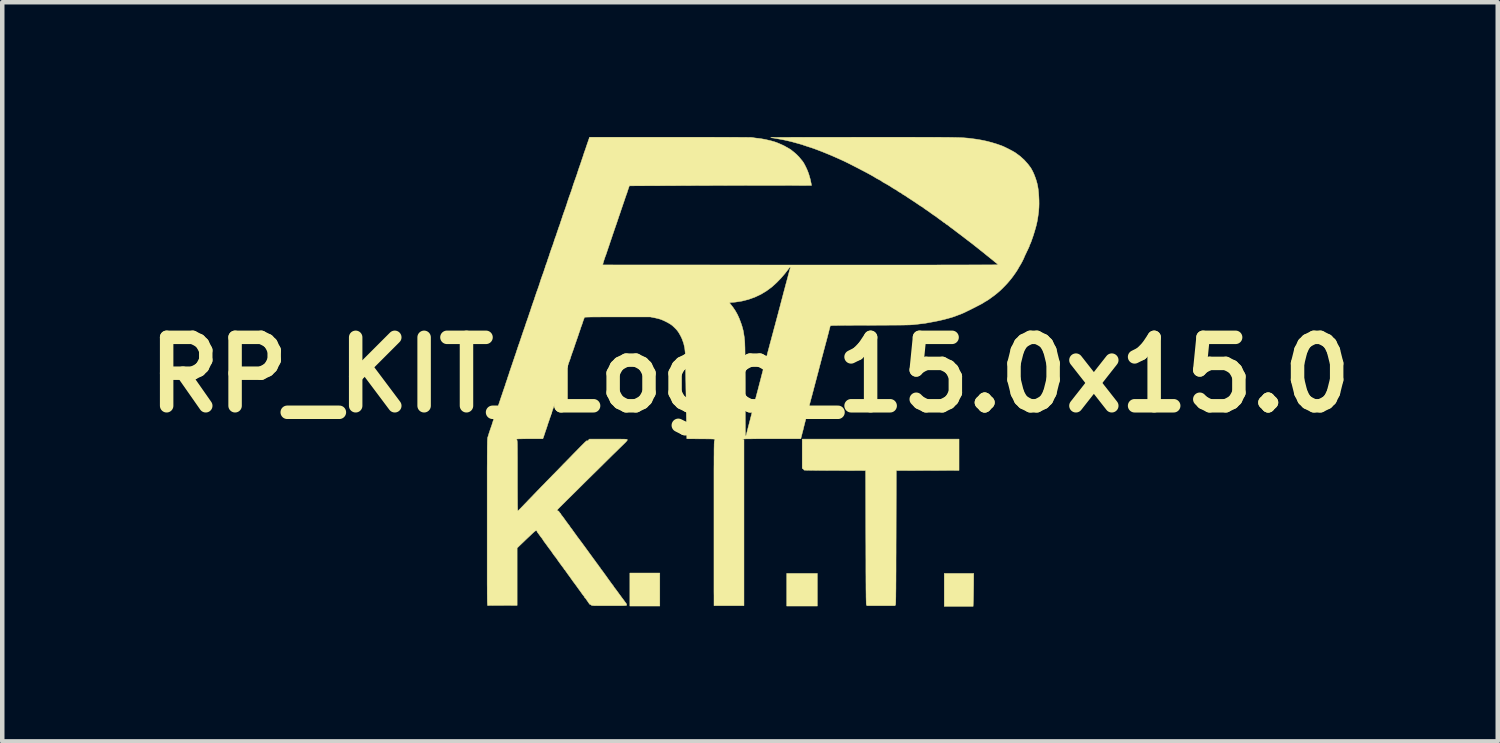
<source format=kicad_pcb>
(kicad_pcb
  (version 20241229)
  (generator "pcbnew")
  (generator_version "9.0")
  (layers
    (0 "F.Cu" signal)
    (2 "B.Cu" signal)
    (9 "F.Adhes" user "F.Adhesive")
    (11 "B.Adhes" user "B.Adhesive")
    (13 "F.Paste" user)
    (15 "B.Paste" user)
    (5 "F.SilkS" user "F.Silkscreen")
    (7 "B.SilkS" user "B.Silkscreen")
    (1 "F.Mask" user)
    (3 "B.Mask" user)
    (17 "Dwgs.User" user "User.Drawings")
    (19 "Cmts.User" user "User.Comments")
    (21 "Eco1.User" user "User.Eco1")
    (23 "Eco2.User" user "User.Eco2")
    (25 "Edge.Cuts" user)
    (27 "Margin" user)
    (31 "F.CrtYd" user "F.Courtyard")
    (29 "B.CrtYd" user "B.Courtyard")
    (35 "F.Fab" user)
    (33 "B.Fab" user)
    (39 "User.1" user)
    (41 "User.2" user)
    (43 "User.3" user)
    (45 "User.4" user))
  (footprint "RP_KIT_Logo_15.0x15.0"
    (layer "F.Cu")
    (at 13.651 5.296)
    (property "Reference" "RP_KIT_Logo_15.0x15.0" (at 0 0 0) (layer "F.SilkS") (effects (font (size 1.524 1.524) (thickness 0.3))))
    (attr through_hole)
    (fp_poly (pts (xy -2.009 5.149) (xy -2.676 5.149) (xy -2.676 4.414) (xy -2.009 4.414) (xy -2.009 5.149)) (stroke (width 0.01) (type solid)) (fill yes) (layer "F.SilkS"))
    (fp_poly (pts (xy 1.499 5.149) (xy 0.817 5.149) (xy 0.817 4.422) (xy 1.499 4.422) (xy 1.499 5.149)) (stroke (width 0.01) (type solid)) (fill yes) (layer "F.SilkS"))
    (fp_poly (pts (xy 4.979 4.69) (xy 4.978 4.757) (xy 4.977 4.824) (xy 4.976 4.888) (xy 4.975 4.947) (xy 4.974 4.998) (xy 4.973 5.038) (xy 4.972 5.057) (xy 4.968 5.156) (xy 4.325 5.156) (xy 4.325 4.422) (xy 4.981 4.422) (xy 4.979 4.69)) (stroke (width 0.01) (type solid)) (fill yes) (layer "F.SilkS"))
    (fp_poly (pts (xy 4.654 2.128) (xy 3.955 2.13) (xy 3.257 2.132) (xy 3.253 3.62) (xy 3.252 3.798) (xy 3.252 3.961) (xy 3.251 4.11) (xy 3.251 4.246) (xy 3.251 4.37) (xy 3.25 4.482) (xy 3.25 4.582) (xy 3.249 4.671) (xy 3.249 4.751) (xy 3.248 4.82) (xy 3.247 4.881) (xy 3.247 4.933) (xy 3.246 4.978) (xy 3.245 5.015) (xy 3.245 5.045) (xy 3.244 5.07) (xy 3.243 5.089) (xy 3.242 5.104) (xy 3.241 5.114) (xy 3.239 5.121) (xy 3.238 5.124) (xy 3.238 5.125) (xy 3.227 5.141) (xy 2.604 5.141) (xy 2.593 5.125) (xy 2.592 5.121) (xy 2.591 5.115) (xy 2.589 5.105) (xy 2.588 5.091) (xy 2.587 5.072) (xy 2.587 5.048) (xy 2.586 5.018) (xy 2.585 4.982) (xy 2.584 4.938) (xy 2.584 4.887) (xy 2.583 4.827) (xy 2.582 4.758) (xy 2.582 4.68) (xy 2.581 4.592) (xy 2.581 4.493) (xy 2.58 4.383) (xy 2.58 4.26) (xy 2.58 4.125) (xy 2.579 3.977) (xy 2.579 3.816) (xy 2.578 3.64) (xy 2.578 3.62) (xy 2.574 2.132) (xy 1.886 2.13) (xy 1.765 2.13) (xy 1.654 2.129) (xy 1.555 2.129) (xy 1.466 2.128) (xy 1.39 2.127) (xy 1.325 2.126) (xy 1.274 2.125) (xy 1.236 2.124) (xy 1.212 2.123) (xy 1.203 2.122) (xy 1.203 2.121) (xy 1.2 2.113) (xy 1.188 2.101) (xy 1.184 2.098) (xy 1.162 2.081) (xy 1.162 1.432) (xy 4.654 1.432) (xy 4.654 2.128)) (stroke (width 0.01) (type solid)) (fill yes) (layer "F.SilkS"))
    (fp_poly (pts (xy -1.587 -5.291) (xy -1.404 -5.291) (xy -1.229 -5.291) (xy -1.064 -5.291) (xy -0.908 -5.291) (xy -0.763 -5.29) (xy -0.628 -5.29) (xy -0.504 -5.29) (xy -0.392 -5.289) (xy -0.291 -5.289) (xy -0.203 -5.288) (xy -0.127 -5.288) (xy -0.065 -5.287) (xy -0.015 -5.286) (xy 0.02 -5.286) (xy 0.041 -5.285) (xy 0.047 -5.284) (xy 0.066 -5.281) (xy 0.096 -5.276) (xy 0.134 -5.271) (xy 0.175 -5.266) (xy 0.187 -5.265) (xy 0.253 -5.256) (xy 0.327 -5.243) (xy 0.403 -5.226) (xy 0.477 -5.208) (xy 0.543 -5.189) (xy 0.585 -5.175) (xy 0.605 -5.167) (xy 0.634 -5.155) (xy 0.667 -5.141) (xy 0.701 -5.126) (xy 0.732 -5.112) (xy 0.755 -5.101) (xy 0.764 -5.096) (xy 0.776 -5.09) (xy 0.796 -5.078) (xy 0.823 -5.063) (xy 0.838 -5.055) (xy 0.867 -5.038) (xy 0.892 -5.023) (xy 0.909 -5.012) (xy 0.913 -5.009) (xy 0.925 -4.999) (xy 0.945 -4.983) (xy 0.968 -4.965) (xy 0.971 -4.963) (xy 1.034 -4.909) (xy 1.092 -4.85) (xy 1.12 -4.815) (xy 1.137 -4.795) (xy 1.151 -4.778) (xy 1.158 -4.77) (xy 1.174 -4.75) (xy 1.195 -4.718) (xy 1.217 -4.678) (xy 1.241 -4.631) (xy 1.264 -4.582) (xy 1.285 -4.533) (xy 1.302 -4.486) (xy 1.307 -4.474) (xy 1.341 -4.357) (xy 1.363 -4.253) (xy 1.369 -4.216) (xy 0.739 -4.218) (xy 0.662 -4.218) (xy 0.572 -4.218) (xy 0.47 -4.218) (xy 0.356 -4.218) (xy 0.232 -4.218) (xy 0.099 -4.218) (xy -0.041 -4.218) (xy -0.187 -4.217) (xy -0.338 -4.217) (xy -0.493 -4.217) (xy -0.651 -4.216) (xy -0.81 -4.216) (xy -0.969 -4.215) (xy -1.126 -4.215) (xy -1.281 -4.214) (xy -1.289 -4.214) (xy -2.687 -4.208) (xy -2.704 -4.16) (xy -2.715 -4.128) (xy -2.726 -4.094) (xy -2.733 -4.073) (xy -2.74 -4.049) (xy -2.748 -4.028) (xy -2.751 -4.021) (xy -2.755 -4.01) (xy -2.763 -3.986) (xy -2.775 -3.953) (xy -2.788 -3.914) (xy -2.803 -3.869) (xy -2.806 -3.86) (xy -2.826 -3.802) (xy -2.848 -3.737) (xy -2.871 -3.67) (xy -2.892 -3.607) (xy -2.904 -3.571) (xy -2.921 -3.524) (xy -2.936 -3.478) (xy -2.95 -3.437) (xy -2.961 -3.403) (xy -2.969 -3.38) (xy -2.969 -3.38) (xy -2.978 -3.353) (xy -2.986 -3.33) (xy -2.991 -3.316) (xy -2.996 -3.303) (xy -3.004 -3.279) (xy -3.014 -3.249) (xy -3.02 -3.234) (xy -3.03 -3.202) (xy -3.04 -3.172) (xy -3.048 -3.15) (xy -3.05 -3.144) (xy -3.06 -3.116) (xy -3.073 -3.075) (xy -3.09 -3.025) (xy -3.11 -2.967) (xy -3.131 -2.903) (xy -3.154 -2.836) (xy -3.16 -2.818) (xy -3.175 -2.773) (xy -3.189 -2.732) (xy -3.2 -2.698) (xy -3.209 -2.672) (xy -3.215 -2.658) (xy -3.215 -2.657) (xy -3.222 -2.64) (xy -3.231 -2.614) (xy -3.242 -2.582) (xy -3.253 -2.548) (xy -3.263 -2.515) (xy -3.271 -2.487) (xy -3.276 -2.469) (xy -3.276 -2.466) (xy -3.279 -2.447) (xy 1.122 -2.445) (xy 1.418 -2.445) (xy 1.706 -2.445) (xy 1.986 -2.445) (xy 2.257 -2.445) (xy 2.52 -2.445) (xy 2.773 -2.445) (xy 3.018 -2.445) (xy 3.252 -2.445) (xy 3.477 -2.445) (xy 3.692 -2.445) (xy 3.896 -2.445) (xy 4.09 -2.445) (xy 4.272 -2.446) (xy 4.443 -2.446) (xy 4.603 -2.446) (xy 4.751 -2.446) (xy 4.887 -2.447) (xy 5.011 -2.447) (xy 5.122 -2.447) (xy 5.22 -2.448) (xy 5.305 -2.448) (xy 5.376 -2.448) (xy 5.434 -2.449) (xy 5.478 -2.449) (xy 5.507 -2.449) (xy 5.522 -2.45) (xy 5.524 -2.45) (xy 5.518 -2.46) (xy 5.5 -2.476) (xy 5.471 -2.499) (xy 5.458 -2.509) (xy 5.44 -2.523) (xy 5.428 -2.534) (xy 5.418 -2.543) (xy 5.398 -2.559) (xy 5.372 -2.58) (xy 5.34 -2.605) (xy 5.322 -2.62) (xy 5.289 -2.646) (xy 5.259 -2.67) (xy 5.236 -2.689) (xy 5.22 -2.702) (xy 5.216 -2.706) (xy 5.2 -2.719) (xy 5.185 -2.73) (xy 5.172 -2.741) (xy 5.15 -2.758) (xy 5.124 -2.778) (xy 5.111 -2.789) (xy 5.085 -2.81) (xy 5.061 -2.829) (xy 5.044 -2.843) (xy 5.038 -2.847) (xy 5.02 -2.861) (xy 5.003 -2.874) (xy 4.981 -2.892) (xy 4.958 -2.911) (xy 4.929 -2.933) (xy 4.897 -2.957) (xy 4.866 -2.981) (xy 4.831 -3.007) (xy 4.802 -3.03) (xy 4.776 -3.049) (xy 4.757 -3.065) (xy 4.739 -3.078) (xy 4.72 -3.093) (xy 4.697 -3.11) (xy 4.666 -3.134) (xy 4.654 -3.142) (xy 4.624 -3.165) (xy 4.596 -3.186) (xy 4.573 -3.204) (xy 4.561 -3.213) (xy 4.55 -3.222) (xy 4.54 -3.23) (xy 4.528 -3.238) (xy 4.512 -3.251) (xy 4.488 -3.268) (xy 4.463 -3.286) (xy 4.44 -3.304) (xy 4.42 -3.32) (xy 4.407 -3.33) (xy 4.407 -3.33) (xy 4.392 -3.342) (xy 4.375 -3.351) (xy 4.361 -3.359) (xy 4.354 -3.366) (xy 4.349 -3.373) (xy 4.334 -3.383) (xy 4.332 -3.384) (xy 4.311 -3.396) (xy 4.295 -3.409) (xy 4.28 -3.421) (xy 4.26 -3.436) (xy 4.254 -3.44) (xy 4.225 -3.46) (xy 4.197 -3.481) (xy 4.173 -3.498) (xy 4.16 -3.509) (xy 4.147 -3.52) (xy 4.128 -3.532) (xy 4.125 -3.534) (xy 4.108 -3.545) (xy 4.083 -3.562) (xy 4.053 -3.583) (xy 4.022 -3.605) (xy 3.995 -3.625) (xy 3.976 -3.639) (xy 3.962 -3.648) (xy 3.941 -3.663) (xy 3.915 -3.68) (xy 3.912 -3.682) (xy 3.889 -3.697) (xy 3.871 -3.711) (xy 3.862 -3.719) (xy 3.861 -3.719) (xy 3.853 -3.726) (xy 3.837 -3.737) (xy 3.831 -3.74) (xy 3.811 -3.752) (xy 3.784 -3.769) (xy 3.757 -3.787) (xy 3.755 -3.789) (xy 3.728 -3.807) (xy 3.703 -3.824) (xy 3.685 -3.837) (xy 3.684 -3.838) (xy 3.669 -3.847) (xy 3.645 -3.863) (xy 3.614 -3.883) (xy 3.581 -3.905) (xy 3.575 -3.909) (xy 3.542 -3.93) (xy 3.511 -3.95) (xy 3.487 -3.967) (xy 3.471 -3.978) (xy 3.47 -3.979) (xy 3.449 -3.992) (xy 3.426 -4.006) (xy 3.423 -4.007) (xy 3.405 -4.016) (xy 3.396 -4.024) (xy 3.395 -4.025) (xy 3.389 -4.031) (xy 3.373 -4.042) (xy 3.349 -4.056) (xy 3.339 -4.061) (xy 3.313 -4.076) (xy 3.293 -4.089) (xy 3.28 -4.098) (xy 3.279 -4.1) (xy 3.27 -4.107) (xy 3.252 -4.118) (xy 3.239 -4.125) (xy 3.214 -4.139) (xy 3.184 -4.157) (xy 3.155 -4.176) (xy 3.102 -4.21) (xy 3.044 -4.244) (xy 2.979 -4.28) (xy 2.956 -4.293) (xy 2.939 -4.304) (xy 2.932 -4.311) (xy 2.924 -4.317) (xy 2.906 -4.328) (xy 2.881 -4.341) (xy 2.868 -4.348) (xy 2.838 -4.364) (xy 2.81 -4.379) (xy 2.789 -4.392) (xy 2.784 -4.395) (xy 2.767 -4.406) (xy 2.738 -4.423) (xy 2.699 -4.445) (xy 2.65 -4.472) (xy 2.595 -4.502) (xy 2.534 -4.534) (xy 2.468 -4.568) (xy 2.4 -4.604) (xy 2.331 -4.639) (xy 2.263 -4.674) (xy 2.196 -4.708) (xy 2.133 -4.739) (xy 2.125 -4.743) (xy 2.081 -4.764) (xy 2.028 -4.788) (xy 1.969 -4.815) (xy 1.91 -4.841) (xy 1.853 -4.866) (xy 1.803 -4.888) (xy 1.773 -4.9) (xy 1.749 -4.91) (xy 1.717 -4.923) (xy 1.681 -4.938) (xy 1.664 -4.945) (xy 1.631 -4.958) (xy 1.6 -4.971) (xy 1.576 -4.98) (xy 1.566 -4.984) (xy 1.543 -4.992) (xy 1.515 -5.003) (xy 1.503 -5.008) (xy 1.457 -5.025) (xy 1.42 -5.039) (xy 1.387 -5.05) (xy 1.368 -5.057) (xy 1.31 -5.075) (xy 1.261 -5.091) (xy 1.222 -5.104) (xy 1.194 -5.113) (xy 1.18 -5.119) (xy 1.172 -5.122) (xy 1.158 -5.126) (xy 1.139 -5.132) (xy 1.11 -5.14) (xy 1.071 -5.151) (xy 1.034 -5.161) (xy 1.002 -5.17) (xy 0.969 -5.179) (xy 0.956 -5.183) (xy 0.902 -5.197) (xy 0.837 -5.212) (xy 0.765 -5.228) (xy 0.688 -5.243) (xy 0.611 -5.257) (xy 0.538 -5.27) (xy 0.471 -5.279) (xy 0.468 -5.28) (xy 0.463 -5.281) (xy 0.461 -5.282) (xy 0.464 -5.283) (xy 0.472 -5.283) (xy 0.486 -5.284) (xy 0.506 -5.285) (xy 0.532 -5.286) (xy 0.565 -5.286) (xy 0.606 -5.287) (xy 0.655 -5.287) (xy 0.712 -5.288) (xy 0.778 -5.288) (xy 0.853 -5.288) (xy 0.938 -5.289) (xy 1.034 -5.289) (xy 1.14 -5.289) (xy 1.257 -5.29) (xy 1.386 -5.29) (xy 1.527 -5.29) (xy 1.68 -5.29) (xy 1.846 -5.29) (xy 2.026 -5.29) (xy 2.22 -5.29) (xy 2.428 -5.291) (xy 2.488 -5.291) (xy 2.702 -5.291) (xy 2.902 -5.291) (xy 3.087 -5.291) (xy 3.26 -5.291) (xy 3.419 -5.291) (xy 3.567 -5.291) (xy 3.703 -5.29) (xy 3.828 -5.29) (xy 3.942 -5.29) (xy 4.047 -5.29) (xy 4.142 -5.289) (xy 4.228 -5.289) (xy 4.306 -5.288) (xy 4.377 -5.288) (xy 4.441 -5.287) (xy 4.498 -5.286) (xy 4.549 -5.285) (xy 4.595 -5.284) (xy 4.636 -5.283) (xy 4.673 -5.282) (xy 4.706 -5.28) (xy 4.736 -5.279) (xy 4.764 -5.277) (xy 4.79 -5.275) (xy 4.814 -5.273) (xy 4.838 -5.271) (xy 4.861 -5.269) (xy 4.885 -5.266) (xy 4.894 -5.265) (xy 5.025 -5.248) (xy 5.146 -5.228) (xy 5.262 -5.204) (xy 5.377 -5.174) (xy 5.496 -5.138) (xy 5.604 -5.1) (xy 5.629 -5.09) (xy 5.664 -5.074) (xy 5.705 -5.054) (xy 5.75 -5.032) (xy 5.796 -5.008) (xy 5.838 -4.986) (xy 5.875 -4.965) (xy 5.902 -4.949) (xy 5.908 -4.945) (xy 6.013 -4.868) (xy 6.106 -4.784) (xy 6.189 -4.691) (xy 6.248 -4.613) (xy 6.262 -4.59) (xy 6.279 -4.559) (xy 6.298 -4.523) (xy 6.314 -4.488) (xy 6.327 -4.458) (xy 6.329 -4.452) (xy 6.34 -4.425) (xy 6.351 -4.395) (xy 6.353 -4.39) (xy 6.368 -4.347) (xy 6.384 -4.293) (xy 6.394 -4.257) (xy 6.406 -4.2) (xy 6.417 -4.132) (xy 6.425 -4.055) (xy 6.431 -3.973) (xy 6.435 -3.89) (xy 6.436 -3.809) (xy 6.434 -3.733) (xy 6.431 -3.691) (xy 6.428 -3.65) (xy 6.424 -3.613) (xy 6.419 -3.577) (xy 6.414 -3.538) (xy 6.407 -3.493) (xy 6.398 -3.438) (xy 6.394 -3.416) (xy 6.385 -3.375) (xy 6.373 -3.323) (xy 6.357 -3.265) (xy 6.339 -3.203) (xy 6.32 -3.141) (xy 6.307 -3.099) (xy 6.289 -3.047) (xy 6.275 -3.007) (xy 6.264 -2.976) (xy 6.256 -2.954) (xy 6.249 -2.936) (xy 6.242 -2.922) (xy 6.236 -2.908) (xy 6.236 -2.908) (xy 6.226 -2.887) (xy 6.221 -2.872) (xy 6.221 -2.869) (xy 6.218 -2.859) (xy 6.209 -2.839) (xy 6.195 -2.809) (xy 6.179 -2.774) (xy 6.165 -2.747) (xy 6.147 -2.708) (xy 6.13 -2.673) (xy 6.116 -2.643) (xy 6.107 -2.623) (xy 6.105 -2.616) (xy 6.097 -2.597) (xy 6.084 -2.569) (xy 6.068 -2.536) (xy 6.05 -2.502) (xy 6.033 -2.471) (xy 6.019 -2.446) (xy 6.015 -2.441) (xy 5.999 -2.415) (xy 5.983 -2.387) (xy 5.98 -2.381) (xy 5.961 -2.348) (xy 5.935 -2.306) (xy 5.903 -2.259) (xy 5.897 -2.251) (xy 5.881 -2.228) (xy 5.864 -2.203) (xy 5.861 -2.2) (xy 5.824 -2.15) (xy 5.778 -2.094) (xy 5.727 -2.035) (xy 5.672 -1.977) (xy 5.618 -1.922) (xy 5.567 -1.873) (xy 5.524 -1.836) (xy 5.503 -1.818) (xy 5.483 -1.802) (xy 5.475 -1.795) (xy 5.459 -1.783) (xy 5.434 -1.763) (xy 5.399 -1.738) (xy 5.358 -1.708) (xy 5.314 -1.676) (xy 5.291 -1.661) (xy 5.264 -1.645) (xy 5.25 -1.637) (xy 5.226 -1.624) (xy 5.206 -1.61) (xy 5.198 -1.604) (xy 5.187 -1.598) (xy 5.165 -1.585) (xy 5.134 -1.568) (xy 5.095 -1.548) (xy 5.05 -1.525) (xy 5.002 -1.5) (xy 4.952 -1.475) (xy 4.903 -1.45) (xy 4.855 -1.427) (xy 4.812 -1.406) (xy 4.776 -1.388) (xy 4.747 -1.375) (xy 4.733 -1.369) (xy 4.7 -1.355) (xy 4.663 -1.341) (xy 4.643 -1.334) (xy 4.617 -1.324) (xy 4.595 -1.316) (xy 4.583 -1.311) (xy 4.54 -1.295) (xy 4.484 -1.277) (xy 4.419 -1.259) (xy 4.346 -1.239) (xy 4.269 -1.22) (xy 4.189 -1.202) (xy 4.11 -1.186) (xy 4.033 -1.172) (xy 4.018 -1.169) (xy 3.983 -1.163) (xy 3.953 -1.157) (xy 3.931 -1.153) (xy 3.921 -1.151) (xy 3.908 -1.149) (xy 3.885 -1.145) (xy 3.854 -1.142) (xy 3.834 -1.139) (xy 3.796 -1.135) (xy 3.749 -1.129) (xy 3.7 -1.124) (xy 3.657 -1.119) (xy 3.64 -1.117) (xy 3.62 -1.115) (xy 3.597 -1.114) (xy 3.571 -1.112) (xy 3.539 -1.111) (xy 3.501 -1.11) (xy 3.457 -1.109) (xy 3.406 -1.108) (xy 3.346 -1.107) (xy 3.276 -1.107) (xy 3.197 -1.106) (xy 3.107 -1.106) (xy 3.005 -1.105) (xy 2.89 -1.105) (xy 2.761 -1.104) (xy 2.674 -1.104) (xy 2.541 -1.103) (xy 2.421 -1.103) (xy 2.315 -1.103) (xy 2.221 -1.102) (xy 2.139 -1.102) (xy 2.068 -1.101) (xy 2.008 -1.101) (xy 1.957 -1.1) (xy 1.914 -1.099) (xy 1.879 -1.099) (xy 1.851 -1.098) (xy 1.83 -1.097) (xy 1.814 -1.096) (xy 1.802 -1.094) (xy 1.795 -1.093) (xy 1.79 -1.091) (xy 1.788 -1.089) (xy 1.787 -1.088) (xy 1.783 -1.076) (xy 1.777 -1.052) (xy 1.769 -1.023) (xy 1.765 -1.008) (xy 1.753 -0.958) (xy 1.737 -0.897) (xy 1.719 -0.828) (xy 1.699 -0.752) (xy 1.678 -0.675) (xy 1.658 -0.598) (xy 1.641 -0.536) (xy 1.628 -0.486) (xy 1.615 -0.436) (xy 1.602 -0.39) (xy 1.592 -0.351) (xy 1.586 -0.326) (xy 1.578 -0.297) (xy 1.568 -0.257) (xy 1.555 -0.21) (xy 1.542 -0.16) (xy 1.53 -0.112) (xy 1.515 -0.054) (xy 1.497 0.012) (xy 1.48 0.079) (xy 1.463 0.142) (xy 1.454 0.176) (xy 1.441 0.225) (xy 1.429 0.272) (xy 1.417 0.316) (xy 1.408 0.352) (xy 1.402 0.375) (xy 1.395 0.398) (xy 1.388 0.427) (xy 1.379 0.461) (xy 1.368 0.502) (xy 1.354 0.553) (xy 1.338 0.614) (xy 1.319 0.686) (xy 1.3 0.761) (xy 1.282 0.828) (xy 1.266 0.891) (xy 1.25 0.954) (xy 1.233 1.02) (xy 1.214 1.094) (xy 1.195 1.169) (xy 1.185 1.212) (xy 1.174 1.256) (xy 1.163 1.295) (xy 1.156 1.325) (xy 1.155 1.327) (xy 1.148 1.357) (xy 1.141 1.384) (xy 1.136 1.402) (xy 1.136 1.404) (xy 1.131 1.424) (xy 0.489 1.424) (xy 0.362 1.424) (xy 0.249 1.424) (xy 0.151 1.424) (xy 0.067 1.425) (xy -0.004 1.426) (xy -0.061 1.426) (xy -0.105 1.427) (xy -0.136 1.429) (xy -0.154 1.43) (xy -0.16 1.432) (xy -0.162 1.439) (xy -0.152 1.444) (xy -0.135 1.448) (xy -0.135 5.141) (xy -0.802 5.141) (xy -0.802 5.102) (xy -0.802 5.091) (xy -0.802 5.066) (xy -0.802 5.027) (xy -0.802 4.975) (xy -0.802 4.911) (xy -0.803 4.835) (xy -0.803 4.748) (xy -0.803 4.65) (xy -0.803 4.544) (xy -0.803 4.428) (xy -0.803 4.304) (xy -0.803 4.172) (xy -0.803 4.033) (xy -0.803 3.888) (xy -0.803 3.737) (xy -0.803 3.582) (xy -0.803 3.422) (xy -0.803 3.273) (xy -0.803 3.078) (xy -0.803 2.898) (xy -0.803 2.732) (xy -0.803 2.579) (xy -0.803 2.439) (xy -0.803 2.311) (xy -0.803 2.194) (xy -0.803 2.089) (xy -0.802 1.994) (xy -0.802 1.91) (xy -0.802 1.835) (xy -0.801 1.769) (xy -0.801 1.711) (xy -0.801 1.661) (xy -0.8 1.618) (xy -0.799 1.582) (xy -0.799 1.552) (xy -0.798 1.528) (xy -0.797 1.509) (xy -0.796 1.494) (xy -0.795 1.484) (xy -0.794 1.477) (xy -0.793 1.472) (xy -0.792 1.47) (xy -0.783 1.454) (xy -0.782 1.443) (xy -0.783 1.439) (xy -0.786 1.436) (xy -0.792 1.434) (xy -0.801 1.432) (xy -0.817 1.43) (xy -0.84 1.429) (xy -0.87 1.428) (xy -0.911 1.427) (xy -0.963 1.427) (xy -1.027 1.426) (xy -1.096 1.426) (xy -1.407 1.424) (xy -1.412 1.216) (xy -1.413 1.177) (xy -1.414 1.125) (xy -1.415 1.061) (xy -1.416 0.986) (xy -1.418 0.902) (xy -1.419 0.811) (xy -1.421 0.713) (xy -1.423 0.611) (xy -1.424 0.506) (xy -1.426 0.399) (xy -1.428 0.3) (xy -1.429 0.196) (xy -1.431 0.096) (xy -1.433 -0.001) (xy -1.434 -0.092) (xy -1.436 -0.176) (xy -1.437 -0.253) (xy -1.438 -0.321) (xy -1.44 -0.378) (xy -1.441 -0.425) (xy -1.441 -0.459) (xy -1.442 -0.479) (xy -1.442 -0.481) (xy -1.454 -0.595) (xy -1.478 -0.701) (xy -1.515 -0.803) (xy -1.541 -0.858) (xy -1.568 -0.907) (xy -1.592 -0.947) (xy -1.617 -0.982) (xy -1.646 -1.016) (xy -1.683 -1.053) (xy -1.696 -1.065) (xy -1.727 -1.094) (xy -1.758 -1.118) (xy -1.793 -1.14) (xy -1.836 -1.165) (xy -1.846 -1.17) (xy -1.902 -1.198) (xy -1.951 -1.22) (xy -1.997 -1.238) (xy -2.046 -1.252) (xy -2.101 -1.265) (xy -2.127 -1.27) (xy -2.22 -1.289) (xy -2.949 -1.289) (xy -3.075 -1.289) (xy -3.187 -1.289) (xy -3.285 -1.289) (xy -3.37 -1.288) (xy -3.443 -1.288) (xy -3.505 -1.288) (xy -3.557 -1.287) (xy -3.598 -1.286) (xy -3.631 -1.285) (xy -3.655 -1.284) (xy -3.672 -1.283) (xy -3.681 -1.281) (xy -3.685 -1.28) (xy -3.691 -1.268) (xy -3.699 -1.246) (xy -3.71 -1.218) (xy -3.72 -1.189) (xy -3.729 -1.162) (xy -3.732 -1.15) (xy -3.739 -1.131) (xy -3.748 -1.104) (xy -3.755 -1.087) (xy -3.765 -1.06) (xy -3.774 -1.035) (xy -3.777 -1.023) (xy -3.784 -1.002) (xy -3.792 -0.976) (xy -3.796 -0.967) (xy -3.805 -0.941) (xy -3.813 -0.917) (xy -3.815 -0.911) (xy -3.82 -0.895) (xy -3.829 -0.869) (xy -3.84 -0.836) (xy -3.853 -0.799) (xy -3.856 -0.791) (xy -3.87 -0.75) (xy -3.884 -0.71) (xy -3.896 -0.676) (xy -3.904 -0.65) (xy -3.905 -0.648) (xy -3.914 -0.621) (xy -3.926 -0.586) (xy -3.939 -0.548) (xy -3.946 -0.528) (xy -3.962 -0.485) (xy -3.973 -0.452) (xy -3.982 -0.428) (xy -3.988 -0.409) (xy -3.993 -0.394) (xy -3.995 -0.386) (xy -4.001 -0.366) (xy -4.01 -0.34) (xy -4.017 -0.322) (xy -4.027 -0.295) (xy -4.036 -0.27) (xy -4.04 -0.259) (xy -4.045 -0.243) (xy -4.053 -0.217) (xy -4.065 -0.184) (xy -4.078 -0.147) (xy -4.081 -0.139) (xy -4.095 -0.098) (xy -4.109 -0.058) (xy -4.121 -0.023) (xy -4.129 0.002) (xy -4.13 0.004) (xy -4.139 0.031) (xy -4.151 0.066) (xy -4.164 0.104) (xy -4.171 0.124) (xy -4.184 0.16) (xy -4.196 0.195) (xy -4.206 0.224) (xy -4.209 0.236) (xy -4.216 0.257) (xy -4.223 0.276) (xy -4.23 0.299) (xy -4.241 0.328) (xy -4.252 0.356) (xy -4.262 0.385) (xy -4.274 0.421) (xy -4.286 0.457) (xy -4.297 0.488) (xy -4.302 0.506) (xy -4.306 0.519) (xy -4.314 0.543) (xy -4.326 0.578) (xy -4.341 0.622) (xy -4.358 0.671) (xy -4.376 0.725) (xy -4.381 0.738) (xy -4.4 0.794) (xy -4.418 0.847) (xy -4.434 0.896) (xy -4.448 0.937) (xy -4.459 0.97) (xy -4.466 0.991) (xy -4.467 0.993) (xy -4.477 1.024) (xy -4.488 1.055) (xy -4.494 1.072) (xy -4.503 1.098) (xy -4.51 1.122) (xy -4.512 1.128) (xy -4.518 1.147) (xy -4.527 1.174) (xy -4.534 1.195) (xy -4.547 1.233) (xy -4.556 1.259) (xy -4.563 1.279) (xy -4.568 1.295) (xy -4.573 1.312) (xy -4.577 1.323) (xy -4.587 1.352) (xy -4.597 1.383) (xy -4.601 1.392) (xy -4.613 1.424) (xy -4.903 1.424) (xy -4.988 1.424) (xy -5.058 1.425) (xy -5.114 1.426) (xy -5.155 1.427) (xy -5.183 1.429) (xy -5.196 1.431) (xy -5.198 1.432) (xy -5.197 1.443) (xy -5.191 1.453) (xy -5.189 1.456) (xy -5.187 1.462) (xy -5.186 1.471) (xy -5.184 1.484) (xy -5.183 1.502) (xy -5.182 1.525) (xy -5.181 1.556) (xy -5.181 1.594) (xy -5.18 1.64) (xy -5.18 1.695) (xy -5.18 1.76) (xy -5.179 1.837) (xy -5.179 1.925) (xy -5.179 2.025) (xy -5.179 2.139) (xy -5.179 2.247) (xy -5.179 2.388) (xy -5.179 2.514) (xy -5.178 2.625) (xy -5.178 2.723) (xy -5.177 2.806) (xy -5.177 2.876) (xy -5.176 2.932) (xy -5.175 2.975) (xy -5.174 3.005) (xy -5.172 3.023) (xy -5.171 3.028) (xy -5.168 3.027) (xy -5.164 3.025) (xy -5.158 3.02) (xy -5.149 3.012) (xy -5.135 2.998) (xy -5.116 2.98) (xy -5.091 2.954) (xy -5.059 2.921) (xy -5.019 2.879) (xy -4.969 2.828) (xy -4.958 2.816) (xy -4.919 2.775) (xy -4.881 2.736) (xy -4.844 2.698) (xy -4.807 2.659) (xy -4.769 2.62) (xy -4.729 2.578) (xy -4.686 2.534) (xy -4.64 2.486) (xy -4.588 2.434) (xy -4.532 2.375) (xy -4.469 2.311) (xy -4.399 2.239) (xy -4.32 2.159) (xy -4.233 2.07) (xy -4.16 1.994) (xy -4.074 1.907) (xy -3.999 1.83) (xy -3.933 1.762) (xy -3.875 1.703) (xy -3.825 1.652) (xy -3.783 1.609) (xy -3.748 1.574) (xy -3.718 1.544) (xy -3.695 1.521) (xy -3.676 1.502) (xy -3.661 1.489) (xy -3.651 1.479) (xy -3.643 1.473) (xy -3.637 1.469) (xy -3.634 1.468) (xy -3.632 1.468) (xy -3.63 1.469) (xy -3.629 1.47) (xy -3.621 1.473) (xy -3.609 1.466) (xy -3.599 1.455) (xy -3.577 1.432) (xy -3.157 1.432) (xy -3.067 1.432) (xy -2.991 1.432) (xy -2.927 1.432) (xy -2.875 1.432) (xy -2.833 1.433) (xy -2.801 1.433) (xy -2.776 1.434) (xy -2.759 1.435) (xy -2.747 1.437) (xy -2.739 1.439) (xy -2.735 1.441) (xy -2.733 1.444) (xy -2.732 1.446) (xy -2.733 1.454) (xy -2.739 1.465) (xy -2.753 1.482) (xy -2.775 1.506) (xy -2.807 1.537) (xy -2.823 1.553) (xy -2.895 1.623) (xy -2.974 1.701) (xy -3.062 1.786) (xy -3.157 1.88) (xy -3.261 1.983) (xy -3.373 2.094) (xy -3.495 2.214) (xy -3.626 2.343) (xy -3.766 2.482) (xy -3.916 2.631) (xy -4.076 2.789) (xy -4.244 2.956) (xy -4.27 2.983) (xy -4.287 3.002) (xy -4.295 3.014) (xy -4.296 3.022) (xy -4.294 3.024) (xy -4.282 3.031) (xy -4.275 3.03) (xy -4.264 3.034) (xy -4.251 3.05) (xy -4.249 3.053) (xy -4.238 3.07) (xy -4.229 3.08) (xy -4.227 3.08) (xy -4.22 3.087) (xy -4.216 3.096) (xy -4.207 3.112) (xy -4.195 3.129) (xy -4.179 3.148) (xy -4.162 3.17) (xy -4.161 3.172) (xy -4.133 3.211) (xy -4.105 3.25) (xy -4.079 3.285) (xy -4.057 3.315) (xy -4.04 3.338) (xy -4.03 3.35) (xy -4.029 3.351) (xy -4.017 3.368) (xy -4.009 3.381) (xy -3.997 3.4) (xy -3.988 3.411) (xy -3.976 3.426) (xy -3.961 3.445) (xy -3.957 3.451) (xy -3.943 3.472) (xy -3.923 3.498) (xy -3.909 3.519) (xy -3.89 3.545) (xy -3.871 3.57) (xy -3.86 3.586) (xy -3.845 3.608) (xy -3.831 3.626) (xy -3.828 3.63) (xy -3.816 3.645) (xy -3.802 3.664) (xy -3.783 3.69) (xy -3.758 3.723) (xy -3.726 3.766) (xy -3.71 3.789) (xy -3.685 3.822) (xy -3.662 3.854) (xy -3.643 3.88) (xy -3.63 3.898) (xy -3.628 3.901) (xy -3.61 3.925) (xy -3.593 3.949) (xy -3.591 3.951) (xy -3.581 3.966) (xy -3.563 3.99) (xy -3.541 4.02) (xy -3.516 4.054) (xy -3.508 4.066) (xy -3.483 4.1) (xy -3.459 4.132) (xy -3.44 4.158) (xy -3.427 4.177) (xy -3.424 4.181) (xy -3.409 4.201) (xy -3.396 4.218) (xy -3.394 4.22) (xy -3.381 4.237) (xy -3.369 4.257) (xy -3.359 4.272) (xy -3.351 4.279) (xy -3.351 4.28) (xy -3.343 4.286) (xy -3.339 4.295) (xy -3.33 4.311) (xy -3.318 4.329) (xy -3.305 4.344) (xy -3.287 4.367) (xy -3.271 4.389) (xy -3.253 4.415) (xy -3.234 4.44) (xy -3.223 4.456) (xy -3.205 4.48) (xy -3.188 4.505) (xy -3.185 4.508) (xy -3.171 4.529) (xy -3.152 4.555) (xy -3.137 4.576) (xy -3.118 4.602) (xy -3.099 4.628) (xy -3.088 4.644) (xy -3.073 4.664) (xy -3.059 4.681) (xy -3.057 4.684) (xy -3.043 4.702) (xy -3.035 4.716) (xy -3.024 4.734) (xy -3.016 4.744) (xy -3.005 4.757) (xy -2.989 4.778) (xy -2.969 4.805) (xy -2.948 4.834) (xy -2.928 4.861) (xy -2.923 4.868) (xy -2.908 4.889) (xy -2.894 4.908) (xy -2.891 4.911) (xy -2.882 4.924) (xy -2.866 4.946) (xy -2.846 4.973) (xy -2.826 4.999) (xy -2.804 5.029) (xy -2.784 5.057) (xy -2.767 5.079) (xy -2.758 5.091) (xy -2.747 5.112) (xy -2.747 5.126) (xy -2.748 5.13) (xy -2.751 5.133) (xy -2.756 5.135) (xy -2.765 5.137) (xy -2.779 5.138) (xy -2.799 5.139) (xy -2.826 5.14) (xy -2.862 5.141) (xy -2.908 5.141) (xy -2.964 5.141) (xy -3.033 5.141) (xy -3.116 5.141) (xy -3.139 5.141) (xy -3.225 5.141) (xy -3.297 5.141) (xy -3.357 5.141) (xy -3.406 5.141) (xy -3.444 5.14) (xy -3.474 5.14) (xy -3.496 5.138) (xy -3.512 5.137) (xy -3.522 5.135) (xy -3.529 5.133) (xy -3.533 5.13) (xy -3.535 5.127) (xy -3.536 5.127) (xy -3.547 5.117) (xy -3.555 5.116) (xy -3.566 5.113) (xy -3.579 5.098) (xy -3.581 5.095) (xy -3.597 5.072) (xy -3.614 5.047) (xy -3.616 5.044) (xy -3.633 5.02) (xy -3.649 4.997) (xy -3.651 4.993) (xy -3.662 4.978) (xy -3.671 4.969) (xy -3.673 4.969) (xy -3.68 4.963) (xy -3.684 4.954) (xy -3.692 4.937) (xy -3.705 4.92) (xy -3.72 4.902) (xy -3.737 4.88) (xy -3.74 4.875) (xy -3.757 4.851) (xy -3.775 4.826) (xy -3.777 4.823) (xy -3.791 4.804) (xy -3.81 4.778) (xy -3.829 4.751) (xy -3.83 4.751) (xy -3.863 4.704) (xy -3.892 4.665) (xy -3.914 4.635) (xy -3.929 4.615) (xy -3.931 4.613) (xy -3.944 4.595) (xy -3.956 4.578) (xy -3.966 4.564) (xy -3.982 4.541) (xy -4.002 4.513) (xy -4.013 4.497) (xy -4.042 4.458) (xy -4.063 4.429) (xy -4.078 4.408) (xy -4.089 4.392) (xy -4.098 4.379) (xy -4.106 4.368) (xy -4.108 4.364) (xy -4.12 4.348) (xy -4.129 4.34) (xy -4.13 4.34) (xy -4.137 4.333) (xy -4.141 4.324) (xy -4.149 4.308) (xy -4.162 4.291) (xy -4.177 4.272) (xy -4.194 4.25) (xy -4.197 4.245) (xy -4.213 4.223) (xy -4.229 4.202) (xy -4.232 4.198) (xy -4.243 4.183) (xy -4.26 4.159) (xy -4.279 4.132) (xy -4.282 4.128) (xy -4.299 4.103) (xy -4.313 4.082) (xy -4.323 4.069) (xy -4.324 4.068) (xy -4.351 4.034) (xy -4.378 3.998) (xy -4.402 3.963) (xy -4.419 3.938) (xy -4.433 3.917) (xy -4.443 3.905) (xy -4.444 3.903) (xy -4.455 3.889) (xy -4.474 3.864) (xy -4.498 3.832) (xy -4.516 3.806) (xy -4.533 3.783) (xy -4.554 3.754) (xy -4.574 3.728) (xy -4.592 3.703) (xy -4.607 3.68) (xy -4.617 3.665) (xy -4.617 3.664) (xy -4.628 3.646) (xy -4.637 3.635) (xy -4.647 3.623) (xy -4.662 3.604) (xy -4.677 3.583) (xy -4.694 3.559) (xy -4.708 3.54) (xy -4.717 3.529) (xy -4.729 3.513) (xy -4.74 3.494) (xy -4.745 3.483) (xy -4.75 3.474) (xy -4.756 3.469) (xy -4.764 3.469) (xy -4.774 3.473) (xy -4.789 3.482) (xy -4.809 3.499) (xy -4.835 3.522) (xy -4.869 3.554) (xy -4.911 3.594) (xy -4.958 3.638) (xy -4.996 3.674) (xy -5.035 3.712) (xy -5.074 3.749) (xy -5.107 3.781) (xy -5.121 3.794) (xy -5.186 3.858) (xy -5.186 5.134) (xy -5.507 5.135) (xy -5.575 5.135) (xy -5.639 5.135) (xy -5.697 5.135) (xy -5.747 5.136) (xy -5.788 5.136) (xy -5.819 5.137) (xy -5.836 5.137) (xy -5.84 5.138) (xy -5.842 5.137) (xy -5.843 5.136) (xy -5.844 5.132) (xy -5.845 5.126) (xy -5.846 5.117) (xy -5.847 5.105) (xy -5.848 5.088) (xy -5.849 5.067) (xy -5.85 5.04) (xy -5.85 5.008) (xy -5.851 4.969) (xy -5.851 4.924) (xy -5.852 4.871) (xy -5.852 4.81) (xy -5.852 4.741) (xy -5.853 4.662) (xy -5.853 4.574) (xy -5.853 4.476) (xy -5.853 4.367) (xy -5.853 4.248) (xy -5.853 4.116) (xy -5.853 3.972) (xy -5.853 3.815) (xy -5.853 3.645) (xy -5.853 3.46) (xy -5.853 3.284) (xy -5.853 3.086) (xy -5.853 2.902) (xy -5.853 2.732) (xy -5.853 2.576) (xy -5.853 2.432) (xy -5.853 2.3) (xy -5.853 2.18) (xy -5.853 2.072) (xy -5.852 1.974) (xy -5.852 1.886) (xy -5.852 1.807) (xy -5.851 1.737) (xy -5.851 1.676) (xy -5.851 1.622) (xy -5.85 1.576) (xy -5.849 1.537) (xy -5.849 1.503) (xy -5.848 1.476) (xy -5.847 1.453) (xy -5.846 1.435) (xy -5.845 1.421) (xy -5.844 1.41) (xy -5.843 1.402) (xy -5.842 1.396) (xy -5.841 1.394) (xy -5.831 1.364) (xy -5.821 1.333) (xy -5.82 1.327) (xy -5.811 1.298) (xy -5.797 1.256) (xy -5.778 1.2) (xy -5.755 1.135) (xy -5.749 1.118) (xy -5.741 1.091) (xy -5.731 1.06) (xy -5.729 1.053) (xy -5.719 1.023) (xy -5.711 0.997) (xy -5.704 0.979) (xy -5.703 0.976) (xy -5.7 0.966) (xy -5.692 0.943) (xy -5.68 0.908) (xy -5.665 0.864) (xy -5.647 0.812) (xy -5.627 0.752) (xy -5.605 0.688) (xy -5.584 0.624) (xy -5.561 0.555) (xy -5.539 0.489) (xy -5.518 0.429) (xy -5.5 0.374) (xy -5.484 0.328) (xy -5.472 0.292) (xy -5.463 0.267) (xy -5.459 0.255) (xy -5.45 0.229) (xy -5.443 0.205) (xy -5.441 0.199) (xy -5.434 0.177) (xy -5.425 0.151) (xy -5.422 0.142) (xy -5.413 0.117) (xy -5.405 0.093) (xy -5.403 0.086) (xy -5.397 0.065) (xy -5.388 0.039) (xy -5.385 0.03) (xy -5.375 0.004) (xy -5.368 -0.02) (xy -5.366 -0.026) (xy -5.36 -0.046) (xy -5.352 -0.072) (xy -5.344 -0.094) (xy -5.339 -0.108) (xy -5.335 -0.121) (xy -5.33 -0.133) (xy -5.326 -0.148) (xy -5.32 -0.165) (xy -5.312 -0.188) (xy -5.302 -0.217) (xy -5.289 -0.255) (xy -5.273 -0.304) (xy -5.252 -0.364) (xy -5.249 -0.375) (xy -5.231 -0.428) (xy -5.213 -0.479) (xy -5.198 -0.526) (xy -5.185 -0.565) (xy -5.175 -0.595) (xy -5.17 -0.611) (xy -5.16 -0.64) (xy -5.151 -0.667) (xy -5.145 -0.682) (xy -5.137 -0.704) (xy -5.127 -0.733) (xy -5.121 -0.753) (xy -5.112 -0.78) (xy -5.099 -0.817) (xy -5.085 -0.86) (xy -5.069 -0.906) (xy -5.054 -0.952) (xy -5.039 -0.994) (xy -5.027 -1.029) (xy -5.018 -1.054) (xy -5.017 -1.057) (xy -5.008 -1.083) (xy -5 -1.107) (xy -4.999 -1.113) (xy -4.993 -1.129) (xy -4.985 -1.156) (xy -4.973 -1.188) (xy -4.965 -1.21) (xy -4.952 -1.248) (xy -4.939 -1.285) (xy -4.928 -1.317) (xy -4.924 -1.33) (xy -4.914 -1.361) (xy -4.903 -1.393) (xy -4.897 -1.409) (xy -4.888 -1.435) (xy -4.88 -1.459) (xy -4.879 -1.465) (xy -4.874 -1.481) (xy -4.865 -1.507) (xy -4.854 -1.54) (xy -4.841 -1.577) (xy -4.838 -1.585) (xy -4.831 -1.606) (xy -0.457 -1.606) (xy -0.453 -1.598) (xy -0.442 -1.584) (xy -0.437 -1.577) (xy -0.377 -1.5) (xy -0.325 -1.422) (xy -0.28 -1.342) (xy -0.24 -1.254) (xy -0.203 -1.156) (xy -0.19 -1.119) (xy -0.177 -1.078) (xy -0.166 -1.037) (xy -0.156 -1.001) (xy -0.15 -0.975) (xy -0.15 -0.973) (xy -0.143 -0.932) (xy -0.137 -0.896) (xy -0.132 -0.863) (xy -0.127 -0.833) (xy -0.124 -0.803) (xy -0.121 -0.772) (xy -0.118 -0.738) (xy -0.116 -0.701) (xy -0.115 -0.658) (xy -0.113 -0.609) (xy -0.112 -0.551) (xy -0.111 -0.483) (xy -0.11 -0.404) (xy -0.109 -0.312) (xy -0.109 -0.262) (xy -0.108 -0.165) (xy -0.107 -0.057) (xy -0.106 0.061) (xy -0.105 0.185) (xy -0.105 0.312) (xy -0.105 0.438) (xy -0.104 0.562) (xy -0.104 0.679) (xy -0.105 0.787) (xy -0.105 0.789) (xy -0.105 0.879) (xy -0.105 0.965) (xy -0.105 1.046) (xy -0.104 1.12) (xy -0.104 1.186) (xy -0.104 1.243) (xy -0.103 1.29) (xy -0.102 1.325) (xy -0.102 1.348) (xy -0.101 1.357) (xy -0.101 1.357) (xy -0.097 1.362) (xy -0.092 1.36) (xy -0.088 1.349) (xy -0.081 1.328) (xy -0.073 1.295) (xy -0.07 1.284) (xy -0.059 1.241) (xy -0.047 1.193) (xy -0.036 1.149) (xy -0.033 1.139) (xy -0.022 1.097) (xy -0.01 1.049) (xy 0.002 1.005) (xy 0.004 0.997) (xy 0.014 0.957) (xy 0.025 0.916) (xy 0.034 0.879) (xy 0.037 0.869) (xy 0.043 0.845) (xy 0.052 0.81) (xy 0.064 0.766) (xy 0.076 0.716) (xy 0.09 0.665) (xy 0.094 0.648) (xy 0.107 0.597) (xy 0.12 0.546) (xy 0.132 0.5) (xy 0.142 0.462) (xy 0.15 0.434) (xy 0.151 0.427) (xy 0.161 0.39) (xy 0.172 0.35) (xy 0.18 0.319) (xy 0.195 0.261) (xy 0.212 0.195) (xy 0.23 0.127) (xy 0.247 0.061) (xy 0.251 0.045) (xy 0.261 0.006) (xy 0.272 -0.036) (xy 0.282 -0.073) (xy 0.284 -0.082) (xy 0.294 -0.119) (xy 0.305 -0.161) (xy 0.315 -0.199) (xy 0.325 -0.237) (xy 0.337 -0.279) (xy 0.346 -0.315) (xy 0.355 -0.349) (xy 0.366 -0.39) (xy 0.377 -0.431) (xy 0.38 -0.442) (xy 0.39 -0.481) (xy 0.4 -0.521) (xy 0.41 -0.557) (xy 0.412 -0.566) (xy 0.422 -0.602) (xy 0.433 -0.642) (xy 0.441 -0.675) (xy 0.459 -0.741) (xy 0.479 -0.815) (xy 0.499 -0.891) (xy 0.503 -0.903) (xy 0.512 -0.938) (xy 0.523 -0.979) (xy 0.532 -1.014) (xy 0.542 -1.052) (xy 0.554 -1.094) (xy 0.563 -1.128) (xy 0.573 -1.166) (xy 0.584 -1.208) (xy 0.593 -1.24) (xy 0.603 -1.278) (xy 0.614 -1.321) (xy 0.623 -1.353) (xy 0.638 -1.412) (xy 0.651 -1.46) (xy 0.662 -1.5) (xy 0.671 -1.534) (xy 0.679 -1.566) (xy 0.687 -1.596) (xy 0.696 -1.631) (xy 0.705 -1.665) (xy 0.715 -1.702) (xy 0.726 -1.744) (xy 0.739 -1.795) (xy 0.75 -1.836) (xy 0.76 -1.874) (xy 0.772 -1.917) (xy 0.78 -1.949) (xy 0.79 -1.986) (xy 0.801 -2.028) (xy 0.81 -2.059) (xy 0.826 -2.121) (xy 0.84 -2.171) (xy 0.85 -2.212) (xy 0.859 -2.244) (xy 0.866 -2.272) (xy 0.867 -2.275) (xy 0.875 -2.306) (xy 0.884 -2.336) (xy 0.889 -2.352) (xy 0.897 -2.381) (xy 0.898 -2.396) (xy 0.892 -2.399) (xy 0.879 -2.388) (xy 0.863 -2.366) (xy 0.778 -2.256) (xy 0.688 -2.151) (xy 0.596 -2.056) (xy 0.504 -1.972) (xy 0.486 -1.956) (xy 0.367 -1.868) (xy 0.241 -1.792) (xy 0.107 -1.729) (xy -0.033 -1.679) (xy -0.178 -1.642) (xy -0.326 -1.619) (xy -0.384 -1.614) (xy -0.415 -1.612) (xy -0.44 -1.609) (xy -0.454 -1.607) (xy -0.457 -1.606) (xy -4.831 -1.606) (xy -4.825 -1.623) (xy -4.813 -1.657) (xy -4.803 -1.685) (xy -4.797 -1.703) (xy -4.797 -1.705) (xy -4.79 -1.728) (xy -4.779 -1.759) (xy -4.767 -1.795) (xy -4.756 -1.829) (xy -4.747 -1.853) (xy -4.737 -1.88) (xy -4.727 -1.908) (xy -4.726 -1.909) (xy -4.716 -1.939) (xy -4.704 -1.973) (xy -4.692 -2.009) (xy -4.682 -2.039) (xy -4.677 -2.057) (xy -4.669 -2.081) (xy -4.659 -2.114) (xy -4.646 -2.15) (xy -4.634 -2.185) (xy -4.626 -2.207) (xy -4.608 -2.256) (xy -4.591 -2.305) (xy -4.576 -2.351) (xy -4.563 -2.388) (xy -4.557 -2.41) (xy -4.551 -2.429) (xy -4.541 -2.456) (xy -4.534 -2.473) (xy -4.524 -2.5) (xy -4.516 -2.525) (xy -4.512 -2.537) (xy -4.506 -2.558) (xy -4.497 -2.584) (xy -4.494 -2.593) (xy -4.484 -2.619) (xy -4.476 -2.643) (xy -4.474 -2.649) (xy -4.467 -2.672) (xy -4.457 -2.703) (xy -4.445 -2.739) (xy -4.433 -2.773) (xy -4.425 -2.797) (xy -4.415 -2.825) (xy -4.405 -2.853) (xy -4.404 -2.854) (xy -4.393 -2.884) (xy -4.381 -2.919) (xy -4.37 -2.954) (xy -4.36 -2.984) (xy -4.355 -3.002) (xy -4.348 -3.021) (xy -4.339 -3.048) (xy -4.332 -3.065) (xy -4.322 -3.092) (xy -4.313 -3.117) (xy -4.31 -3.129) (xy -4.303 -3.15) (xy -4.294 -3.176) (xy -4.291 -3.185) (xy -4.282 -3.211) (xy -4.274 -3.235) (xy -4.272 -3.242) (xy -4.266 -3.261) (xy -4.256 -3.288) (xy -4.25 -3.305) (xy -4.239 -3.332) (xy -4.231 -3.357) (xy -4.227 -3.369) (xy -4.221 -3.39) (xy -4.212 -3.416) (xy -4.209 -3.425) (xy -4.2 -3.451) (xy -4.192 -3.475) (xy -4.19 -3.481) (xy -4.182 -3.505) (xy -4.172 -3.538) (xy -4.159 -3.574) (xy -4.147 -3.609) (xy -4.139 -3.631) (xy -4.121 -3.68) (xy -4.104 -3.73) (xy -4.088 -3.776) (xy -4.076 -3.814) (xy -4.07 -3.834) (xy -4.06 -3.865) (xy -4.046 -3.906) (xy -4.03 -3.954) (xy -4.012 -4.004) (xy -4 -4.036) (xy -3.99 -4.065) (xy -3.977 -4.101) (xy -3.965 -4.137) (xy -3.955 -4.168) (xy -3.95 -4.186) (xy -3.942 -4.21) (xy -3.932 -4.242) (xy -3.919 -4.279) (xy -3.907 -4.313) (xy -3.899 -4.336) (xy -3.881 -4.385) (xy -3.864 -4.434) (xy -3.848 -4.48) (xy -3.836 -4.519) (xy -3.83 -4.538) (xy -3.825 -4.553) (xy -3.816 -4.579) (xy -3.805 -4.613) (xy -3.791 -4.65) (xy -3.789 -4.658) (xy -3.775 -4.696) (xy -3.764 -4.73) (xy -3.754 -4.758) (xy -3.749 -4.776) (xy -3.748 -4.778) (xy -3.741 -4.799) (xy -3.732 -4.825) (xy -3.729 -4.834) (xy -3.72 -4.86) (xy -3.712 -4.884) (xy -3.71 -4.89) (xy -3.704 -4.912) (xy -3.695 -4.938) (xy -3.692 -4.947) (xy -3.685 -4.967) (xy -3.673 -5) (xy -3.658 -5.043) (xy -3.641 -5.095) (xy -3.621 -5.153) (xy -3.599 -5.217) (xy -3.588 -5.248) (xy -3.574 -5.291) (xy -1.779 -5.291) (xy -1.587 -5.291)) (stroke (width 0.01) (type solid)) (fill yes) (layer "F.SilkS")))
  (gr_rect
    (start -3 -3)
    (end 30.301 13.458)
    (stroke (width 0.1) (type default))
    (fill no)
    (layer "Edge.Cuts")))
</source>
